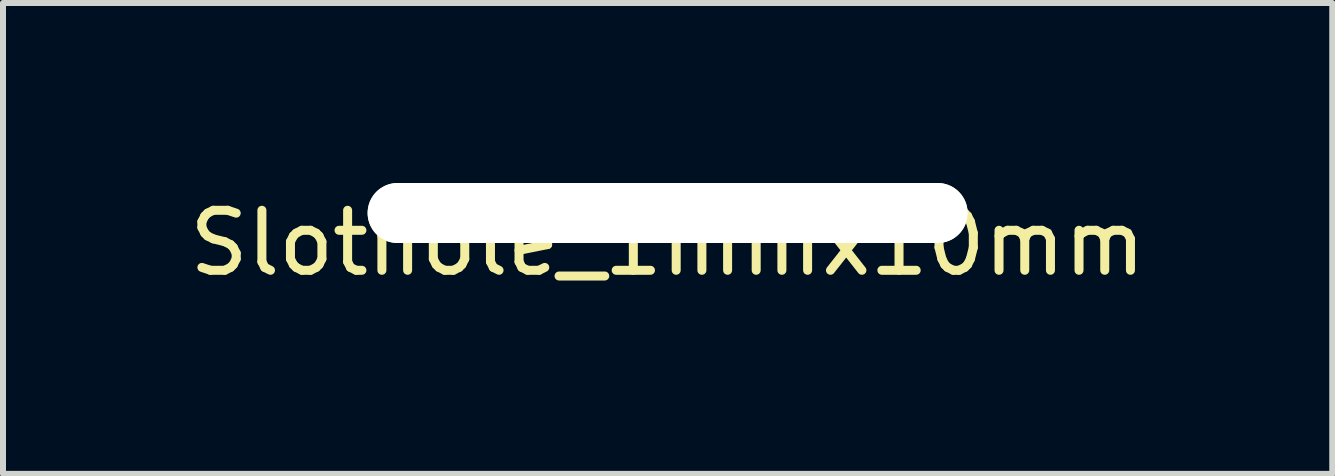
<source format=kicad_pcb>
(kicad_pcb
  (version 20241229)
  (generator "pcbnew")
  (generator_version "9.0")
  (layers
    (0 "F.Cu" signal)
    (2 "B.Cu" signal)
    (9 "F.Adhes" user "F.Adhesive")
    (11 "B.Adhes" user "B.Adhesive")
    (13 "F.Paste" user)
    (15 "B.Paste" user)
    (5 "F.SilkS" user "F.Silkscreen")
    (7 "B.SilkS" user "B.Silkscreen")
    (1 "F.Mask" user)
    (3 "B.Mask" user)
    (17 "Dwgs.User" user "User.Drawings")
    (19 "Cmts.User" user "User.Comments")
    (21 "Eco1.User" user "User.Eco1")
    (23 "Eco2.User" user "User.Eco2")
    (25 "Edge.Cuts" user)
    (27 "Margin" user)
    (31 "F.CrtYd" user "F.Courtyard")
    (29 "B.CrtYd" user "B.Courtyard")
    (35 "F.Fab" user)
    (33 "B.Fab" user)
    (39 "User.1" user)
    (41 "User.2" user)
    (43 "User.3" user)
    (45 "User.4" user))
  (footprint "Slothole_1mmx10mm"
    (layer "F.Cu")
    (at 8.077 0.5)
    (property "Reference" "Slothole_1mmx10mm" (at 0 0.5 0) (layer "F.SilkS") (effects (font (size 1 1) (thickness 0.15))))
    (attr through_hole)
    (pad "" np_thru_hole oval (at 0 0) (size 10 1) (drill oval 10 1) (layers "*.Cu" "*.Mask" "F.SilkS")))
  (gr_rect
    (start -3 -3)
    (end 19.155 4.848)
    (stroke (width 0.1) (type default))
    (fill no)
    (layer "Edge.Cuts")))
</source>
